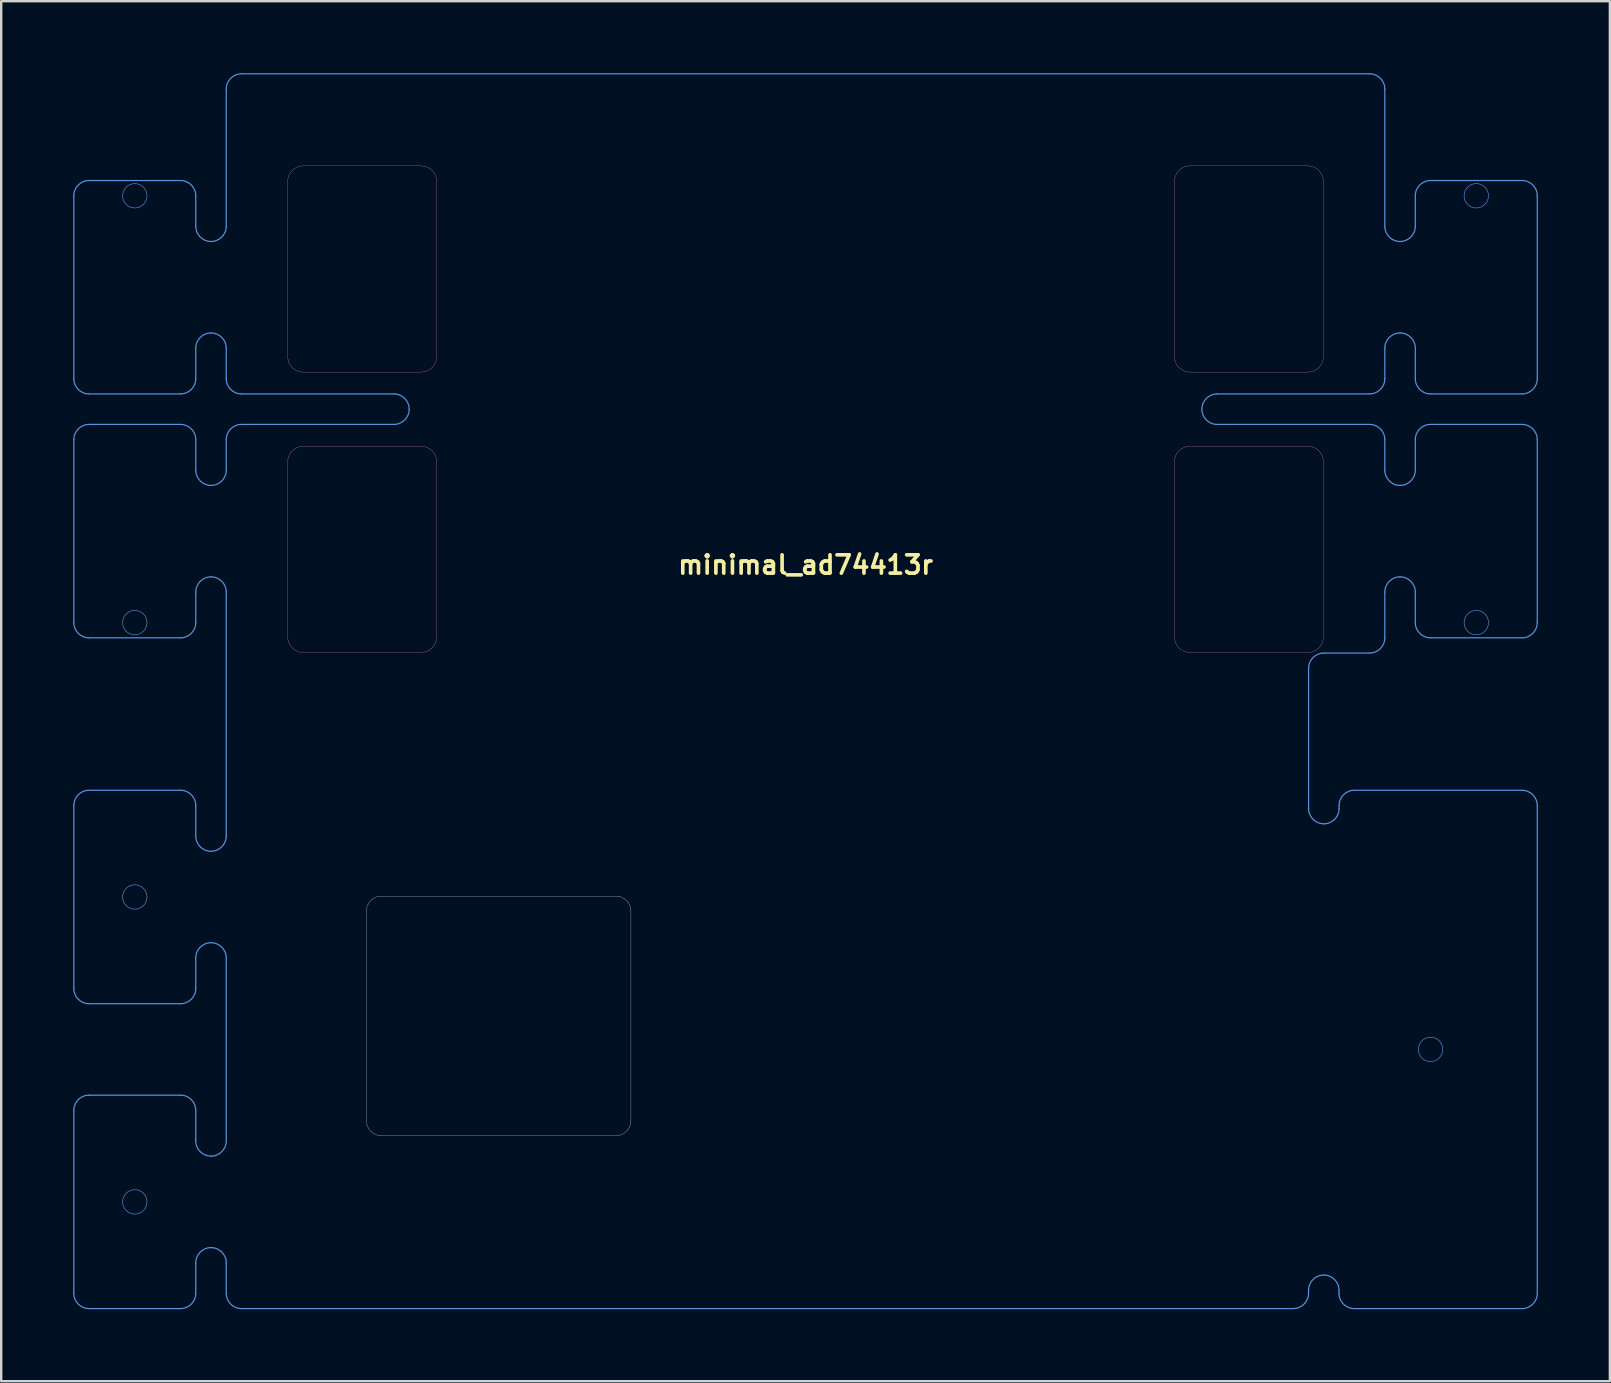
<source format=kicad_pcb>
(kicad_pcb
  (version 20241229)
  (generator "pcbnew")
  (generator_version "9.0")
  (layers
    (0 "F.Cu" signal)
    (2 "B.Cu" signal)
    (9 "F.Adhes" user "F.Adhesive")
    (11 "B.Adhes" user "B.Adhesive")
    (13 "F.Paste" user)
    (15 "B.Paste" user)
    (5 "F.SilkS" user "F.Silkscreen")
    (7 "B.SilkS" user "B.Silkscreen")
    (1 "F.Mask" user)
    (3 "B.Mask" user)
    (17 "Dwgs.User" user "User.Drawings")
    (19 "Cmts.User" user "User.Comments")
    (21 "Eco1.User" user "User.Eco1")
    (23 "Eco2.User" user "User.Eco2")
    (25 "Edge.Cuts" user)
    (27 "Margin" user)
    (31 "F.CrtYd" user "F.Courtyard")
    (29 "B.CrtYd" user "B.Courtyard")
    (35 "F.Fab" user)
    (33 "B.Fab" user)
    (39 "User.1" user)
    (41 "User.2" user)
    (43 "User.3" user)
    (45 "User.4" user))
  (footprint "minimal_ad74413r"
    (layer "F.Cu")
    (at 30.505 25.742)
    (property "Reference" "minimal_ad74413r" (at 0.003 -5.263 0) (unlocked yes) (layer "F.SilkS") (effects (font (size 0.762 0.762) (thickness 0.152) (bold yes))))
    (fp_line (start -30.48 -13.018) (end -30.48 -20.637) (stroke (width 0.05) (type default)) (layer "Cmts.User"))
    (fp_line (start -30.48 -2.857) (end -30.48 -10.477) (stroke (width 0.05) (type default)) (layer "Cmts.User"))
    (fp_line (start -30.48 12.383) (end -30.48 4.763) (stroke (width 0.05) (type default)) (layer "Cmts.User"))
    (fp_line (start -30.48 25.082) (end -30.48 17.462) (stroke (width 0.05) (type default)) (layer "Cmts.User"))
    (fp_line (start -29.845 -12.383) (end -26.035 -12.383) (stroke (width 0.05) (type default)) (layer "Cmts.User"))
    (fp_line (start -29.845 -11.113) (end -26.035 -11.113) (stroke (width 0.05) (type default)) (layer "Cmts.User"))
    (fp_line (start -29.845 4.128) (end -26.035 4.128) (stroke (width 0.05) (type default)) (layer "Cmts.User"))
    (fp_line (start -29.845 13.018) (end -26.035 13.018) (stroke (width 0.05) (type default)) (layer "Cmts.User"))
    (fp_line (start -29.845 16.828) (end -26.035 16.828) (stroke (width 0.05) (type default)) (layer "Cmts.User"))
    (fp_line (start -29.845 25.718) (end -26.035 25.718) (stroke (width 0.05) (type default)) (layer "Cmts.User"))
    (fp_line (start -26.035 -21.273) (end -29.845 -21.273) (stroke (width 0.05) (type default)) (layer "Cmts.User"))
    (fp_line (start -26.035 -2.223) (end -29.845 -2.223) (stroke (width 0.05) (type default)) (layer "Cmts.User"))
    (fp_line (start -25.4 -19.367) (end -25.4 -20.637) (stroke (width 0.05) (type default)) (layer "Cmts.User"))
    (fp_line (start -25.4 -14.287) (end -25.4 -13.018) (stroke (width 0.05) (type default)) (layer "Cmts.User"))
    (fp_line (start -25.4 -10.477) (end -25.4 -9.207) (stroke (width 0.05) (type default)) (layer "Cmts.User"))
    (fp_line (start -25.4 -2.857) (end -25.4 -4.128) (stroke (width 0.05) (type default)) (layer "Cmts.User"))
    (fp_line (start -25.4 4.763) (end -25.4 6.032) (stroke (width 0.05) (type default)) (layer "Cmts.User"))
    (fp_line (start -25.4 12.383) (end -25.4 11.113) (stroke (width 0.05) (type default)) (layer "Cmts.User"))
    (fp_line (start -25.4 17.462) (end -25.4 18.733) (stroke (width 0.05) (type default)) (layer "Cmts.User"))
    (fp_line (start -25.4 25.082) (end -25.4 23.812) (stroke (width 0.05) (type default)) (layer "Cmts.User"))
    (fp_line (start -24.13 -25.082) (end -24.13 -19.367) (stroke (width 0.05) (type default)) (layer "Cmts.User"))
    (fp_line (start -24.13 -13.018) (end -24.13 -14.287) (stroke (width 0.05) (type default)) (layer "Cmts.User"))
    (fp_line (start -24.13 -9.207) (end -24.13 -10.477) (stroke (width 0.05) (type default)) (layer "Cmts.User"))
    (fp_line (start -24.13 -4.128) (end -24.13 6.032) (stroke (width 0.05) (type default)) (layer "Cmts.User"))
    (fp_line (start -24.13 11.113) (end -24.13 18.733) (stroke (width 0.05) (type default)) (layer "Cmts.User"))
    (fp_line (start -24.13 23.812) (end -24.13 25.082) (stroke (width 0.05) (type default)) (layer "Cmts.User"))
    (fp_line (start -23.495 -12.383) (end -17.145 -12.383) (stroke (width 0.05) (type default)) (layer "Cmts.User"))
    (fp_line (start -23.495 -11.113) (end -17.145 -11.113) (stroke (width 0.05) (type default)) (layer "Cmts.User"))
    (fp_line (start -23.495 25.718) (end 20.317 25.718) (stroke (width 0.05) (type default)) (layer "Cmts.User"))
    (fp_line (start 20.952 24.956) (end 20.952 25.082) (stroke (width 0.05) (type default)) (layer "Cmts.User"))
    (fp_line (start 20.955 -0.953) (end 20.955 4.889) (stroke (width 0.05) (type solid)) (layer "Cmts.User"))
    (fp_line (start 22.222 25.082) (end 22.222 24.956) (stroke (width 0.05) (type default)) (layer "Cmts.User"))
    (fp_line (start 22.225 4.889) (end 22.225 4.763) (stroke (width 0.05) (type default)) (layer "Cmts.User"))
    (fp_line (start 22.857 25.718) (end 29.845 25.718) (stroke (width 0.05) (type default)) (layer "Cmts.User"))
    (fp_line (start 23.495 -25.718) (end -23.495 -25.718) (stroke (width 0.05) (type default)) (layer "Cmts.User"))
    (fp_line (start 23.495 -12.383) (end 17.145 -12.383) (stroke (width 0.05) (type default)) (layer "Cmts.User"))
    (fp_line (start 23.495 -11.113) (end 17.145 -11.113) (stroke (width 0.05) (type default)) (layer "Cmts.User"))
    (fp_line (start 23.495 -1.587) (end 21.59 -1.587) (stroke (width 0.05) (type default)) (layer "Cmts.User"))
    (fp_line (start 24.13 -25.082) (end 24.13 -19.367) (stroke (width 0.05) (type default)) (layer "Cmts.User"))
    (fp_line (start 24.13 -13.018) (end 24.13 -14.287) (stroke (width 0.05) (type default)) (layer "Cmts.User"))
    (fp_line (start 24.13 -9.207) (end 24.13 -10.477) (stroke (width 0.05) (type default)) (layer "Cmts.User"))
    (fp_line (start 24.13 -4.128) (end 24.13 -2.223) (stroke (width 0.05) (type default)) (layer "Cmts.User"))
    (fp_line (start 25.4 -19.367) (end 25.4 -20.637) (stroke (width 0.05) (type default)) (layer "Cmts.User"))
    (fp_line (start 25.4 -14.287) (end 25.4 -13.018) (stroke (width 0.05) (type default)) (layer "Cmts.User"))
    (fp_line (start 25.4 -10.477) (end 25.4 -9.207) (stroke (width 0.05) (type default)) (layer "Cmts.User"))
    (fp_line (start 25.4 -2.857) (end 25.4 -4.128) (stroke (width 0.05) (type default)) (layer "Cmts.User"))
    (fp_line (start 26.035 -21.273) (end 29.845 -21.273) (stroke (width 0.05) (type default)) (layer "Cmts.User"))
    (fp_line (start 26.035 -2.223) (end 29.845 -2.223) (stroke (width 0.05) (type default)) (layer "Cmts.User"))
    (fp_line (start 29.845 -12.383) (end 26.035 -12.383) (stroke (width 0.05) (type default)) (layer "Cmts.User"))
    (fp_line (start 29.845 -11.113) (end 26.035 -11.113) (stroke (width 0.05) (type default)) (layer "Cmts.User"))
    (fp_line (start 29.845 4.128) (end 22.86 4.128) (stroke (width 0.05) (type solid)) (layer "Cmts.User"))
    (fp_line (start 30.48 -13.018) (end 30.48 -20.637) (stroke (width 0.05) (type default)) (layer "Cmts.User"))
    (fp_line (start 30.48 -2.857) (end 30.48 -10.477) (stroke (width 0.05) (type default)) (layer "Cmts.User"))
    (fp_line (start 30.48 25.082) (end 30.48 4.763) (stroke (width 0.05) (type solid)) (layer "Cmts.User"))
    (fp_arc (start -30.48 -20.6375) (mid -30.294013 -21.086513) (end -29.845 -21.2725) (stroke (width 0.05) (type default)) (layer "Cmts.User"))
    (fp_arc (start -30.48 -10.4775) (mid -30.294013 -10.926513) (end -29.845 -11.1125) (stroke (width 0.05) (type default)) (layer "Cmts.User"))
    (fp_arc (start -30.48 4.7625) (mid -30.294013 4.313487) (end -29.845 4.1275) (stroke (width 0.05) (type default)) (layer "Cmts.User"))
    (fp_arc (start -30.48 17.4625) (mid -30.294013 17.013487) (end -29.845 16.8275) (stroke (width 0.05) (type default)) (layer "Cmts.User"))
    (fp_arc (start -29.845 -12.3825) (mid -30.294013 -12.568487) (end -30.48 -13.0175) (stroke (width 0.05) (type default)) (layer "Cmts.User"))
    (fp_arc (start -29.845 -2.2225) (mid -30.294013 -2.408487) (end -30.48 -2.8575) (stroke (width 0.05) (type default)) (layer "Cmts.User"))
    (fp_arc (start -29.845 13.0175) (mid -30.294013 12.831513) (end -30.48 12.3825) (stroke (width 0.05) (type default)) (layer "Cmts.User"))
    (fp_arc (start -29.845 25.7175) (mid -30.294013 25.531513) (end -30.48 25.0825) (stroke (width 0.05) (type default)) (layer "Cmts.User"))
    (fp_arc (start -26.035 -21.2725) (mid -25.585987 -21.086513) (end -25.4 -20.6375) (stroke (width 0.05) (type default)) (layer "Cmts.User"))
    (fp_arc (start -26.035 -11.1125) (mid -25.585987 -10.926513) (end -25.4 -10.4775) (stroke (width 0.05) (type default)) (layer "Cmts.User"))
    (fp_arc (start -26.035 4.1275) (mid -25.585987 4.313487) (end -25.4 4.7625) (stroke (width 0.05) (type default)) (layer "Cmts.User"))
    (fp_arc (start -26.035 16.8275) (mid -25.585987 17.013487) (end -25.4 17.4625) (stroke (width 0.05) (type default)) (layer "Cmts.User"))
    (fp_arc (start -25.4 -14.2875) (mid -25.214013 -14.736513) (end -24.765 -14.9225) (stroke (width 0.05) (type default)) (layer "Cmts.User"))
    (fp_arc (start -25.4 -13.0175) (mid -25.585987 -12.568487) (end -26.035 -12.3825) (stroke (width 0.05) (type default)) (layer "Cmts.User"))
    (fp_arc (start -25.4 -4.1275) (mid -25.214013 -4.576513) (end -24.765 -4.7625) (stroke (width 0.05) (type default)) (layer "Cmts.User"))
    (fp_arc (start -25.4 -2.8575) (mid -25.585987 -2.408487) (end -26.035 -2.2225) (stroke (width 0.05) (type default)) (layer "Cmts.User"))
    (fp_arc (start -25.4 11.1125) (mid -25.214013 10.663487) (end -24.765 10.4775) (stroke (width 0.05) (type default)) (layer "Cmts.User"))
    (fp_arc (start -25.4 12.3825) (mid -25.585987 12.831513) (end -26.035 13.0175) (stroke (width 0.05) (type default)) (layer "Cmts.User"))
    (fp_arc (start -25.4 23.8125) (mid -25.214013 23.363487) (end -24.765 23.1775) (stroke (width 0.05) (type default)) (layer "Cmts.User"))
    (fp_arc (start -25.4 25.0825) (mid -25.585987 25.531513) (end -26.035 25.7175) (stroke (width 0.05) (type default)) (layer "Cmts.User"))
    (fp_arc (start -24.765 -18.7325) (mid -25.214013 -18.918487) (end -25.4 -19.3675) (stroke (width 0.05) (type default)) (layer "Cmts.User"))
    (fp_arc (start -24.765 -14.9225) (mid -24.315987 -14.736513) (end -24.13 -14.2875) (stroke (width 0.05) (type default)) (layer "Cmts.User"))
    (fp_arc (start -24.765 -8.5725) (mid -25.214013 -8.758487) (end -25.4 -9.2075) (stroke (width 0.05) (type default)) (layer "Cmts.User"))
    (fp_arc (start -24.765 -4.7625) (mid -24.315987 -4.576513) (end -24.13 -4.1275) (stroke (width 0.05) (type default)) (layer "Cmts.User"))
    (fp_arc (start -24.765 6.6675) (mid -25.214013 6.481513) (end -25.4 6.0325) (stroke (width 0.05) (type default)) (layer "Cmts.User"))
    (fp_arc (start -24.765 10.4775) (mid -24.315987 10.663487) (end -24.13 11.1125) (stroke (width 0.05) (type default)) (layer "Cmts.User"))
    (fp_arc (start -24.765 19.3675) (mid -25.214013 19.181513) (end -25.4 18.7325) (stroke (width 0.05) (type default)) (layer "Cmts.User"))
    (fp_arc (start -24.765 23.1775) (mid -24.315987 23.363487) (end -24.13 23.8125) (stroke (width 0.05) (type default)) (layer "Cmts.User"))
    (fp_arc (start -24.13 -25.0825) (mid -23.944013 -25.531513) (end -23.495 -25.7175) (stroke (width 0.05) (type default)) (layer "Cmts.User"))
    (fp_arc (start -24.13 -19.3675) (mid -24.315987 -18.918487) (end -24.765 -18.7325) (stroke (width 0.05) (type default)) (layer "Cmts.User"))
    (fp_arc (start -24.13 -10.4775) (mid -23.944013 -10.926513) (end -23.495 -11.1125) (stroke (width 0.05) (type default)) (layer "Cmts.User"))
    (fp_arc (start -24.13 -9.2075) (mid -24.315987 -8.758487) (end -24.765 -8.5725) (stroke (width 0.05) (type default)) (layer "Cmts.User"))
    (fp_arc (start -24.13 6.0325) (mid -24.315987 6.481513) (end -24.765 6.6675) (stroke (width 0.05) (type default)) (layer "Cmts.User"))
    (fp_arc (start -24.13 18.7325) (mid -24.315987 19.181513) (end -24.765 19.3675) (stroke (width 0.05) (type default)) (layer "Cmts.User"))
    (fp_arc (start -23.495 -12.3825) (mid -23.944013 -12.568487) (end -24.13 -13.0175) (stroke (width 0.05) (type default)) (layer "Cmts.User"))
    (fp_arc (start -23.495 25.7175) (mid -23.944013 25.531513) (end -24.13 25.0825) (stroke (width 0.05) (type default)) (layer "Cmts.User"))
    (fp_arc (start -17.145 -12.3825) (mid -16.695987 -12.196513) (end -16.51 -11.7475) (stroke (width 0.05) (type default)) (layer "Cmts.User"))
    (fp_arc (start -16.51 -11.7475) (mid -16.695987 -11.298487) (end -17.145 -11.1125) (stroke (width 0.05) (type default)) (layer "Cmts.User"))
    (fp_arc (start 16.51 -11.7475) (mid 16.695987 -12.196513) (end 17.145 -12.3825) (stroke (width 0.05) (type default)) (layer "Cmts.User"))
    (fp_arc (start 17.145 -11.1125) (mid 16.695987 -11.298487) (end 16.51 -11.7475) (stroke (width 0.05) (type default)) (layer "Cmts.User"))
    (fp_arc (start 20.952 24.9555) (mid 21.137987 24.506487) (end 21.587 24.3205) (stroke (width 0.05) (type default)) (layer "Cmts.User"))
    (fp_arc (start 20.952 25.0825) (mid 20.766013 25.531513) (end 20.317 25.7175) (stroke (width 0.05) (type default)) (layer "Cmts.User"))
    (fp_arc (start 20.955 -0.9525) (mid 21.140987 -1.401513) (end 21.59 -1.5875) (stroke (width 0.05) (type default)) (layer "Cmts.User"))
    (fp_arc (start 21.587 24.3205) (mid 22.036013 24.506487) (end 22.222 24.9555) (stroke (width 0.05) (type default)) (layer "Cmts.User"))
    (fp_arc (start 21.59 5.5245) (mid 21.140987 5.338513) (end 20.955 4.8895) (stroke (width 0.05) (type default)) (layer "Cmts.User"))
    (fp_arc (start 22.225 4.7625) (mid 22.410987 4.313487) (end 22.86 4.1275) (stroke (width 0.05) (type default)) (layer "Cmts.User"))
    (fp_arc (start 22.225 4.8895) (mid 22.039013 5.338513) (end 21.59 5.5245) (stroke (width 0.05) (type default)) (layer "Cmts.User"))
    (fp_arc (start 22.857 25.7175) (mid 22.407987 25.531513) (end 22.222 25.0825) (stroke (width 0.05) (type default)) (layer "Cmts.User"))
    (fp_arc (start 23.495 -25.7175) (mid 23.944013 -25.531513) (end 24.13 -25.0825) (stroke (width 0.05) (type default)) (layer "Cmts.User"))
    (fp_arc (start 23.495 -11.1125) (mid 23.944013 -10.926513) (end 24.13 -10.4775) (stroke (width 0.05) (type default)) (layer "Cmts.User"))
    (fp_arc (start 24.13 -14.2875) (mid 24.315987 -14.736513) (end 24.765 -14.9225) (stroke (width 0.05) (type default)) (layer "Cmts.User"))
    (fp_arc (start 24.13 -13.0175) (mid 23.944013 -12.568487) (end 23.495 -12.3825) (stroke (width 0.05) (type default)) (layer "Cmts.User"))
    (fp_arc (start 24.13 -4.1275) (mid 24.315987 -4.576513) (end 24.765 -4.7625) (stroke (width 0.05) (type default)) (layer "Cmts.User"))
    (fp_arc (start 24.13 -2.2225) (mid 23.944013 -1.773487) (end 23.495 -1.5875) (stroke (width 0.05) (type default)) (layer "Cmts.User"))
    (fp_arc (start 24.765 -18.7325) (mid 24.315987 -18.918487) (end 24.13 -19.3675) (stroke (width 0.05) (type default)) (layer "Cmts.User"))
    (fp_arc (start 24.765 -14.9225) (mid 25.214013 -14.736513) (end 25.4 -14.2875) (stroke (width 0.05) (type default)) (layer "Cmts.User"))
    (fp_arc (start 24.765 -8.5725) (mid 24.315987 -8.758487) (end 24.13 -9.2075) (stroke (width 0.05) (type default)) (layer "Cmts.User"))
    (fp_arc (start 24.765 -4.7625) (mid 25.214013 -4.576513) (end 25.4 -4.1275) (stroke (width 0.05) (type default)) (layer "Cmts.User"))
    (fp_arc (start 25.4 -20.6375) (mid 25.585987 -21.086513) (end 26.035 -21.2725) (stroke (width 0.05) (type default)) (layer "Cmts.User"))
    (fp_arc (start 25.4 -19.3675) (mid 25.214013 -18.918487) (end 24.765 -18.7325) (stroke (width 0.05) (type default)) (layer "Cmts.User"))
    (fp_arc (start 25.4 -10.4775) (mid 25.585987 -10.926513) (end 26.035 -11.1125) (stroke (width 0.05) (type default)) (layer "Cmts.User"))
    (fp_arc (start 25.4 -9.2075) (mid 25.214013 -8.758487) (end 24.765 -8.5725) (stroke (width 0.05) (type default)) (layer "Cmts.User"))
    (fp_arc (start 26.035 -12.3825) (mid 25.585987 -12.568487) (end 25.4 -13.0175) (stroke (width 0.05) (type default)) (layer "Cmts.User"))
    (fp_arc (start 26.035 -2.2225) (mid 25.585987 -2.408487) (end 25.4 -2.8575) (stroke (width 0.05) (type default)) (layer "Cmts.User"))
    (fp_arc (start 29.845 -21.2725) (mid 30.294013 -21.086513) (end 30.48 -20.6375) (stroke (width 0.05) (type default)) (layer "Cmts.User"))
    (fp_arc (start 29.845 -11.1125) (mid 30.294013 -10.926513) (end 30.48 -10.4775) (stroke (width 0.05) (type default)) (layer "Cmts.User"))
    (fp_arc (start 29.845 4.1275) (mid 30.294013 4.313487) (end 30.48 4.7625) (stroke (width 0.05) (type default)) (layer "Cmts.User"))
    (fp_arc (start 30.48 -13.0175) (mid 30.294013 -12.568487) (end 29.845 -12.3825) (stroke (width 0.05) (type default)) (layer "Cmts.User"))
    (fp_arc (start 30.48 -2.8575) (mid 30.294013 -2.408487) (end 29.845 -2.2225) (stroke (width 0.05) (type default)) (layer "Cmts.User"))
    (fp_arc (start 30.48 25.0825) (mid 30.294013 25.531513) (end 29.845 25.7175) (stroke (width 0.05) (type default)) (layer "Cmts.User"))
    (fp_circle (center -27.94 -20.637) (end -27.432 -20.637) (stroke (width 0.025) (type solid)) (fill no) (layer "Cmts.User"))
    (fp_circle (center -27.94 -2.857) (end -27.432 -2.857) (stroke (width 0.025) (type solid)) (fill no) (layer "Cmts.User"))
    (fp_circle (center -27.94 8.572) (end -27.432 8.572) (stroke (width 0.025) (type solid)) (fill no) (layer "Cmts.User"))
    (fp_circle (center -27.94 21.273) (end -27.432 21.273) (stroke (width 0.025) (type solid)) (fill no) (layer "Cmts.User"))
    (fp_circle (center 26.035 14.922) (end 26.543 14.922) (stroke (width 0.025) (type solid)) (fill no) (layer "Cmts.User"))
    (fp_circle (center 27.94 -20.637) (end 28.448 -20.637) (stroke (width 0.025) (type solid)) (fill no) (layer "Cmts.User"))
    (fp_circle (center 27.94 -2.857) (end 28.448 -2.857) (stroke (width 0.025) (type solid)) (fill no) (layer "Cmts.User"))
    (fp_line (start -21.567 -13.929) (end -21.567 -21.245) (stroke (width 0.006) (type solid)) (layer "Edge.Cuts"))
    (fp_line (start -21.567 -2.25) (end -21.567 -9.566) (stroke (width 0.006) (type solid)) (layer "Edge.Cuts"))
    (fp_line (start -20.932 -21.88) (end -16.005 -21.88) (stroke (width 0.006) (type solid)) (layer "Edge.Cuts"))
    (fp_line (start -20.932 -10.201) (end -16.005 -10.201) (stroke (width 0.006) (type solid)) (layer "Edge.Cuts"))
    (fp_line (start -18.296 17.882) (end -18.296 9.169) (stroke (width 0.006) (type solid)) (layer "Edge.Cuts"))
    (fp_line (start -17.661 8.534) (end -7.907 8.534) (stroke (width 0.006) (type solid)) (layer "Edge.Cuts"))
    (fp_line (start -16.005 -13.294) (end -20.932 -13.294) (stroke (width 0.006) (type solid)) (layer "Edge.Cuts"))
    (fp_line (start -16.005 -1.615) (end -20.932 -1.615) (stroke (width 0.006) (type solid)) (layer "Edge.Cuts"))
    (fp_line (start -15.37 -21.245) (end -15.37 -13.929) (stroke (width 0.006) (type solid)) (layer "Edge.Cuts"))
    (fp_line (start -15.37 -9.566) (end -15.37 -2.25) (stroke (width 0.006) (type solid)) (layer "Edge.Cuts"))
    (fp_line (start -7.907 18.517) (end -17.661 18.517) (stroke (width 0.006) (type solid)) (layer "Edge.Cuts"))
    (fp_line (start -7.272 9.169) (end -7.272 17.882) (stroke (width 0.006) (type solid)) (layer "Edge.Cuts"))
    (fp_line (start 15.37 -13.929) (end 15.37 -21.245) (stroke (width 0.006) (type solid)) (layer "Edge.Cuts"))
    (fp_line (start 15.37 -2.25) (end 15.37 -9.566) (stroke (width 0.006) (type solid)) (layer "Edge.Cuts"))
    (fp_line (start 16.005 -21.88) (end 20.932 -21.88) (stroke (width 0.006) (type solid)) (layer "Edge.Cuts"))
    (fp_line (start 16.005 -10.201) (end 20.932 -10.201) (stroke (width 0.006) (type solid)) (layer "Edge.Cuts"))
    (fp_line (start 20.932 -13.294) (end 16.005 -13.294) (stroke (width 0.006) (type solid)) (layer "Edge.Cuts"))
    (fp_line (start 20.932 -1.615) (end 16.005 -1.615) (stroke (width 0.006) (type solid)) (layer "Edge.Cuts"))
    (fp_line (start 21.567 -21.245) (end 21.567 -13.929) (stroke (width 0.006) (type solid)) (layer "Edge.Cuts"))
    (fp_line (start 21.567 -9.566) (end 21.567 -2.25) (stroke (width 0.006) (type solid)) (layer "Edge.Cuts"))
    (fp_arc (start -21.56714 -21.24456) (mid -21.381153 -21.693573) (end -20.93214 -21.87956) (stroke (width 0.00635) (type solid)) (layer "Edge.Cuts"))
    (fp_arc (start -21.56714 -9.56564) (mid -21.381153 -10.014653) (end -20.93214 -10.20064) (stroke (width 0.00635) (type solid)) (layer "Edge.Cuts"))
    (fp_arc (start -20.93214 -13.29436) (mid -21.381165 -13.480335) (end -21.56714 -13.92936) (stroke (width 0.00635) (type solid)) (layer "Edge.Cuts"))
    (fp_arc (start -20.93214 -1.61544) (mid -21.381165 -1.801415) (end -21.56714 -2.25044) (stroke (width 0.00635) (type solid)) (layer "Edge.Cuts"))
    (fp_arc (start -18.29562 9.1694) (mid -18.109633 8.720387) (end -17.66062 8.5344) (stroke (width 0.00635) (type solid)) (layer "Edge.Cuts"))
    (fp_arc (start -17.66062 18.5166) (mid -18.109633 18.330613) (end -18.29562 17.8816) (stroke (width 0.00635) (type solid)) (layer "Edge.Cuts"))
    (fp_arc (start -16.00454 -21.87956) (mid -15.555539 -21.693561) (end -15.36954 -21.24456) (stroke (width 0.00635) (type solid)) (layer "Edge.Cuts"))
    (fp_arc (start -16.00454 -10.20064) (mid -15.555539 -10.014641) (end -15.36954 -9.56564) (stroke (width 0.00635) (type solid)) (layer "Edge.Cuts"))
    (fp_arc (start -15.36954 -13.92936) (mid -15.555511 -13.480307) (end -16.00454 -13.29436) (stroke (width 0.00635) (type solid)) (layer "Edge.Cuts"))
    (fp_arc (start -15.36954 -2.25044) (mid -15.555511 -1.801387) (end -16.00454 -1.61544) (stroke (width 0.00635) (type solid)) (layer "Edge.Cuts"))
    (fp_arc (start -7.90702 8.5344) (mid -7.458007 8.720387) (end -7.27202 9.1694) (stroke (width 0.00635) (type solid)) (layer "Edge.Cuts"))
    (fp_arc (start -7.27202 17.8816) (mid -7.458007 18.330613) (end -7.90702 18.5166) (stroke (width 0.00635) (type solid)) (layer "Edge.Cuts"))
    (fp_arc (start 15.36954 -21.24456) (mid 15.555527 -21.693573) (end 16.00454 -21.87956) (stroke (width 0.00635) (type solid)) (layer "Edge.Cuts"))
    (fp_arc (start 15.36954 -9.56564) (mid 15.555527 -10.014653) (end 16.00454 -10.20064) (stroke (width 0.00635) (type solid)) (layer "Edge.Cuts"))
    (fp_arc (start 16.00454 -13.29436) (mid 15.555515 -13.480335) (end 15.36954 -13.92936) (stroke (width 0.00635) (type solid)) (layer "Edge.Cuts"))
    (fp_arc (start 16.00454 -1.61544) (mid 15.555515 -1.801415) (end 15.36954 -2.25044) (stroke (width 0.00635) (type solid)) (layer "Edge.Cuts"))
    (fp_arc (start 20.93214 -21.87956) (mid 21.381141 -21.693561) (end 21.56714 -21.24456) (stroke (width 0.00635) (type solid)) (layer "Edge.Cuts"))
    (fp_arc (start 20.93214 -10.20064) (mid 21.381141 -10.014641) (end 21.56714 -9.56564) (stroke (width 0.00635) (type solid)) (layer "Edge.Cuts"))
    (fp_arc (start 21.56714 -13.92936) (mid 21.381169 -13.480307) (end 20.93214 -13.29436) (stroke (width 0.00635) (type solid)) (layer "Edge.Cuts"))
    (fp_arc (start 21.56714 -2.25044) (mid 21.381169 -1.801387) (end 20.93214 -1.61544) (stroke (width 0.00635) (type solid)) (layer "Edge.Cuts"))
    (fp_line (start -18.296 17.882) (end -18.296 9.169) (stroke (width 0.006) (type default)) (layer "B.CrtYd"))
    (fp_line (start -17.661 8.534) (end -7.907 8.534) (stroke (width 0.006) (type default)) (layer "B.CrtYd"))
    (fp_line (start -7.907 18.517) (end -17.661 18.517) (stroke (width 0.006) (type default)) (layer "B.CrtYd"))
    (fp_line (start -7.272 9.169) (end -7.272 17.882) (stroke (width 0.006) (type default)) (layer "B.CrtYd"))
    (fp_arc (start -18.29562 9.1694) (mid -18.109633 8.720387) (end -17.66062 8.5344) (stroke (width 0.00635) (type default)) (layer "B.CrtYd"))
    (fp_arc (start -17.66062 18.5166) (mid -18.109633 18.330613) (end -18.29562 17.8816) (stroke (width 0.00635) (type default)) (layer "B.CrtYd"))
    (fp_arc (start -7.90702 8.5344) (mid -7.458007 8.720387) (end -7.27202 9.1694) (stroke (width 0.00635) (type default)) (layer "B.CrtYd"))
    (fp_arc (start -7.27202 17.8816) (mid -7.458007 18.330613) (end -7.90702 18.5166) (stroke (width 0.00635) (type default)) (layer "B.CrtYd"))
    (fp_line (start -21.567 -13.929) (end -21.567 -21.245) (stroke (width 0.006) (type solid)) (layer "F.CrtYd"))
    (fp_line (start -21.567 -2.25) (end -21.567 -9.566) (stroke (width 0.006) (type solid)) (layer "F.CrtYd"))
    (fp_line (start -20.932 -21.88) (end -16.005 -21.88) (stroke (width 0.006) (type solid)) (layer "F.CrtYd"))
    (fp_line (start -20.932 -10.201) (end -16.005 -10.201) (stroke (width 0.006) (type solid)) (layer "F.CrtYd"))
    (fp_line (start -18.296 17.882) (end -18.296 9.169) (stroke (width 0.006) (type default)) (layer "F.CrtYd"))
    (fp_line (start -17.661 8.534) (end -7.907 8.534) (stroke (width 0.006) (type default)) (layer "F.CrtYd"))
    (fp_line (start -16.005 -13.294) (end -20.932 -13.294) (stroke (width 0.006) (type solid)) (layer "F.CrtYd"))
    (fp_line (start -16.005 -1.615) (end -20.932 -1.615) (stroke (width 0.006) (type solid)) (layer "F.CrtYd"))
    (fp_line (start -15.37 -21.245) (end -15.37 -13.929) (stroke (width 0.006) (type solid)) (layer "F.CrtYd"))
    (fp_line (start -15.37 -9.566) (end -15.37 -2.25) (stroke (width 0.006) (type solid)) (layer "F.CrtYd"))
    (fp_line (start -7.907 18.517) (end -17.661 18.517) (stroke (width 0.006) (type default)) (layer "F.CrtYd"))
    (fp_line (start -7.272 9.169) (end -7.272 17.882) (stroke (width 0.006) (type default)) (layer "F.CrtYd"))
    (fp_line (start 15.37 -13.929) (end 15.37 -21.245) (stroke (width 0.006) (type solid)) (layer "F.CrtYd"))
    (fp_line (start 15.37 -2.25) (end 15.37 -9.566) (stroke (width 0.006) (type solid)) (layer "F.CrtYd"))
    (fp_line (start 16.005 -21.88) (end 20.932 -21.88) (stroke (width 0.006) (type solid)) (layer "F.CrtYd"))
    (fp_line (start 16.005 -10.201) (end 20.932 -10.201) (stroke (width 0.006) (type solid)) (layer "F.CrtYd"))
    (fp_line (start 20.932 -13.294) (end 16.005 -13.294) (stroke (width 0.006) (type solid)) (layer "F.CrtYd"))
    (fp_line (start 20.932 -1.615) (end 16.005 -1.615) (stroke (width 0.006) (type solid)) (layer "F.CrtYd"))
    (fp_line (start 21.567 -21.245) (end 21.567 -13.929) (stroke (width 0.006) (type solid)) (layer "F.CrtYd"))
    (fp_line (start 21.567 -9.566) (end 21.567 -2.25) (stroke (width 0.006) (type solid)) (layer "F.CrtYd"))
    (fp_arc (start -21.56714 -21.24456) (mid -21.381153 -21.693573) (end -20.93214 -21.87956) (stroke (width 0.00635) (type solid)) (layer "F.CrtYd"))
    (fp_arc (start -21.56714 -9.56564) (mid -21.381153 -10.014653) (end -20.93214 -10.20064) (stroke (width 0.00635) (type solid)) (layer "F.CrtYd"))
    (fp_arc (start -20.93214 -13.29436) (mid -21.381165 -13.480335) (end -21.56714 -13.92936) (stroke (width 0.00635) (type solid)) (layer "F.CrtYd"))
    (fp_arc (start -20.93214 -1.61544) (mid -21.381165 -1.801415) (end -21.56714 -2.25044) (stroke (width 0.00635) (type solid)) (layer "F.CrtYd"))
    (fp_arc (start -18.29562 9.1694) (mid -18.109633 8.720387) (end -17.66062 8.5344) (stroke (width 0.00635) (type default)) (layer "F.CrtYd"))
    (fp_arc (start -17.66062 18.5166) (mid -18.109633 18.330613) (end -18.29562 17.8816) (stroke (width 0.00635) (type default)) (layer "F.CrtYd"))
    (fp_arc (start -16.00454 -21.87956) (mid -15.555539 -21.693561) (end -15.36954 -21.24456) (stroke (width 0.00635) (type solid)) (layer "F.CrtYd"))
    (fp_arc (start -16.00454 -10.20064) (mid -15.555539 -10.014641) (end -15.36954 -9.56564) (stroke (width 0.00635) (type solid)) (layer "F.CrtYd"))
    (fp_arc (start -15.36954 -13.92936) (mid -15.555511 -13.480307) (end -16.00454 -13.29436) (stroke (width 0.00635) (type solid)) (layer "F.CrtYd"))
    (fp_arc (start -15.36954 -2.25044) (mid -15.555511 -1.801387) (end -16.00454 -1.61544) (stroke (width 0.00635) (type solid)) (layer "F.CrtYd"))
    (fp_arc (start -7.90702 8.5344) (mid -7.458007 8.720387) (end -7.27202 9.1694) (stroke (width 0.00635) (type default)) (layer "F.CrtYd"))
    (fp_arc (start -7.27202 17.8816) (mid -7.458007 18.330613) (end -7.90702 18.5166) (stroke (width 0.00635) (type default)) (layer "F.CrtYd"))
    (fp_arc (start 15.36954 -21.24456) (mid 15.555527 -21.693573) (end 16.00454 -21.87956) (stroke (width 0.00635) (type solid)) (layer "F.CrtYd"))
    (fp_arc (start 15.36954 -9.56564) (mid 15.555527 -10.014653) (end 16.00454 -10.20064) (stroke (width 0.00635) (type solid)) (layer "F.CrtYd"))
    (fp_arc (start 16.00454 -13.29436) (mid 15.555515 -13.480335) (end 15.36954 -13.92936) (stroke (width 0.00635) (type solid)) (layer "F.CrtYd"))
    (fp_arc (start 16.00454 -1.61544) (mid 15.555515 -1.801415) (end 15.36954 -2.25044) (stroke (width 0.00635) (type solid)) (layer "F.CrtYd"))
    (fp_arc (start 20.93214 -21.87956) (mid 21.381141 -21.693561) (end 21.56714 -21.24456) (stroke (width 0.00635) (type solid)) (layer "F.CrtYd"))
    (fp_arc (start 20.93214 -10.20064) (mid 21.381141 -10.014641) (end 21.56714 -9.56564) (stroke (width 0.00635) (type solid)) (layer "F.CrtYd"))
    (fp_arc (start 21.56714 -13.92936) (mid 21.381169 -13.480307) (end 20.93214 -13.29436) (stroke (width 0.00635) (type solid)) (layer "F.CrtYd"))
    (fp_arc (start 21.56714 -2.25044) (mid 21.381169 -1.801387) (end 20.93214 -1.61544) (stroke (width 0.00635) (type solid)) (layer "F.CrtYd")))
  (gr_rect
    (start -3 -3)
    (end 64.01 54.485)
    (stroke (width 0.1) (type default))
    (fill no)
    (layer "Edge.Cuts")))
</source>
